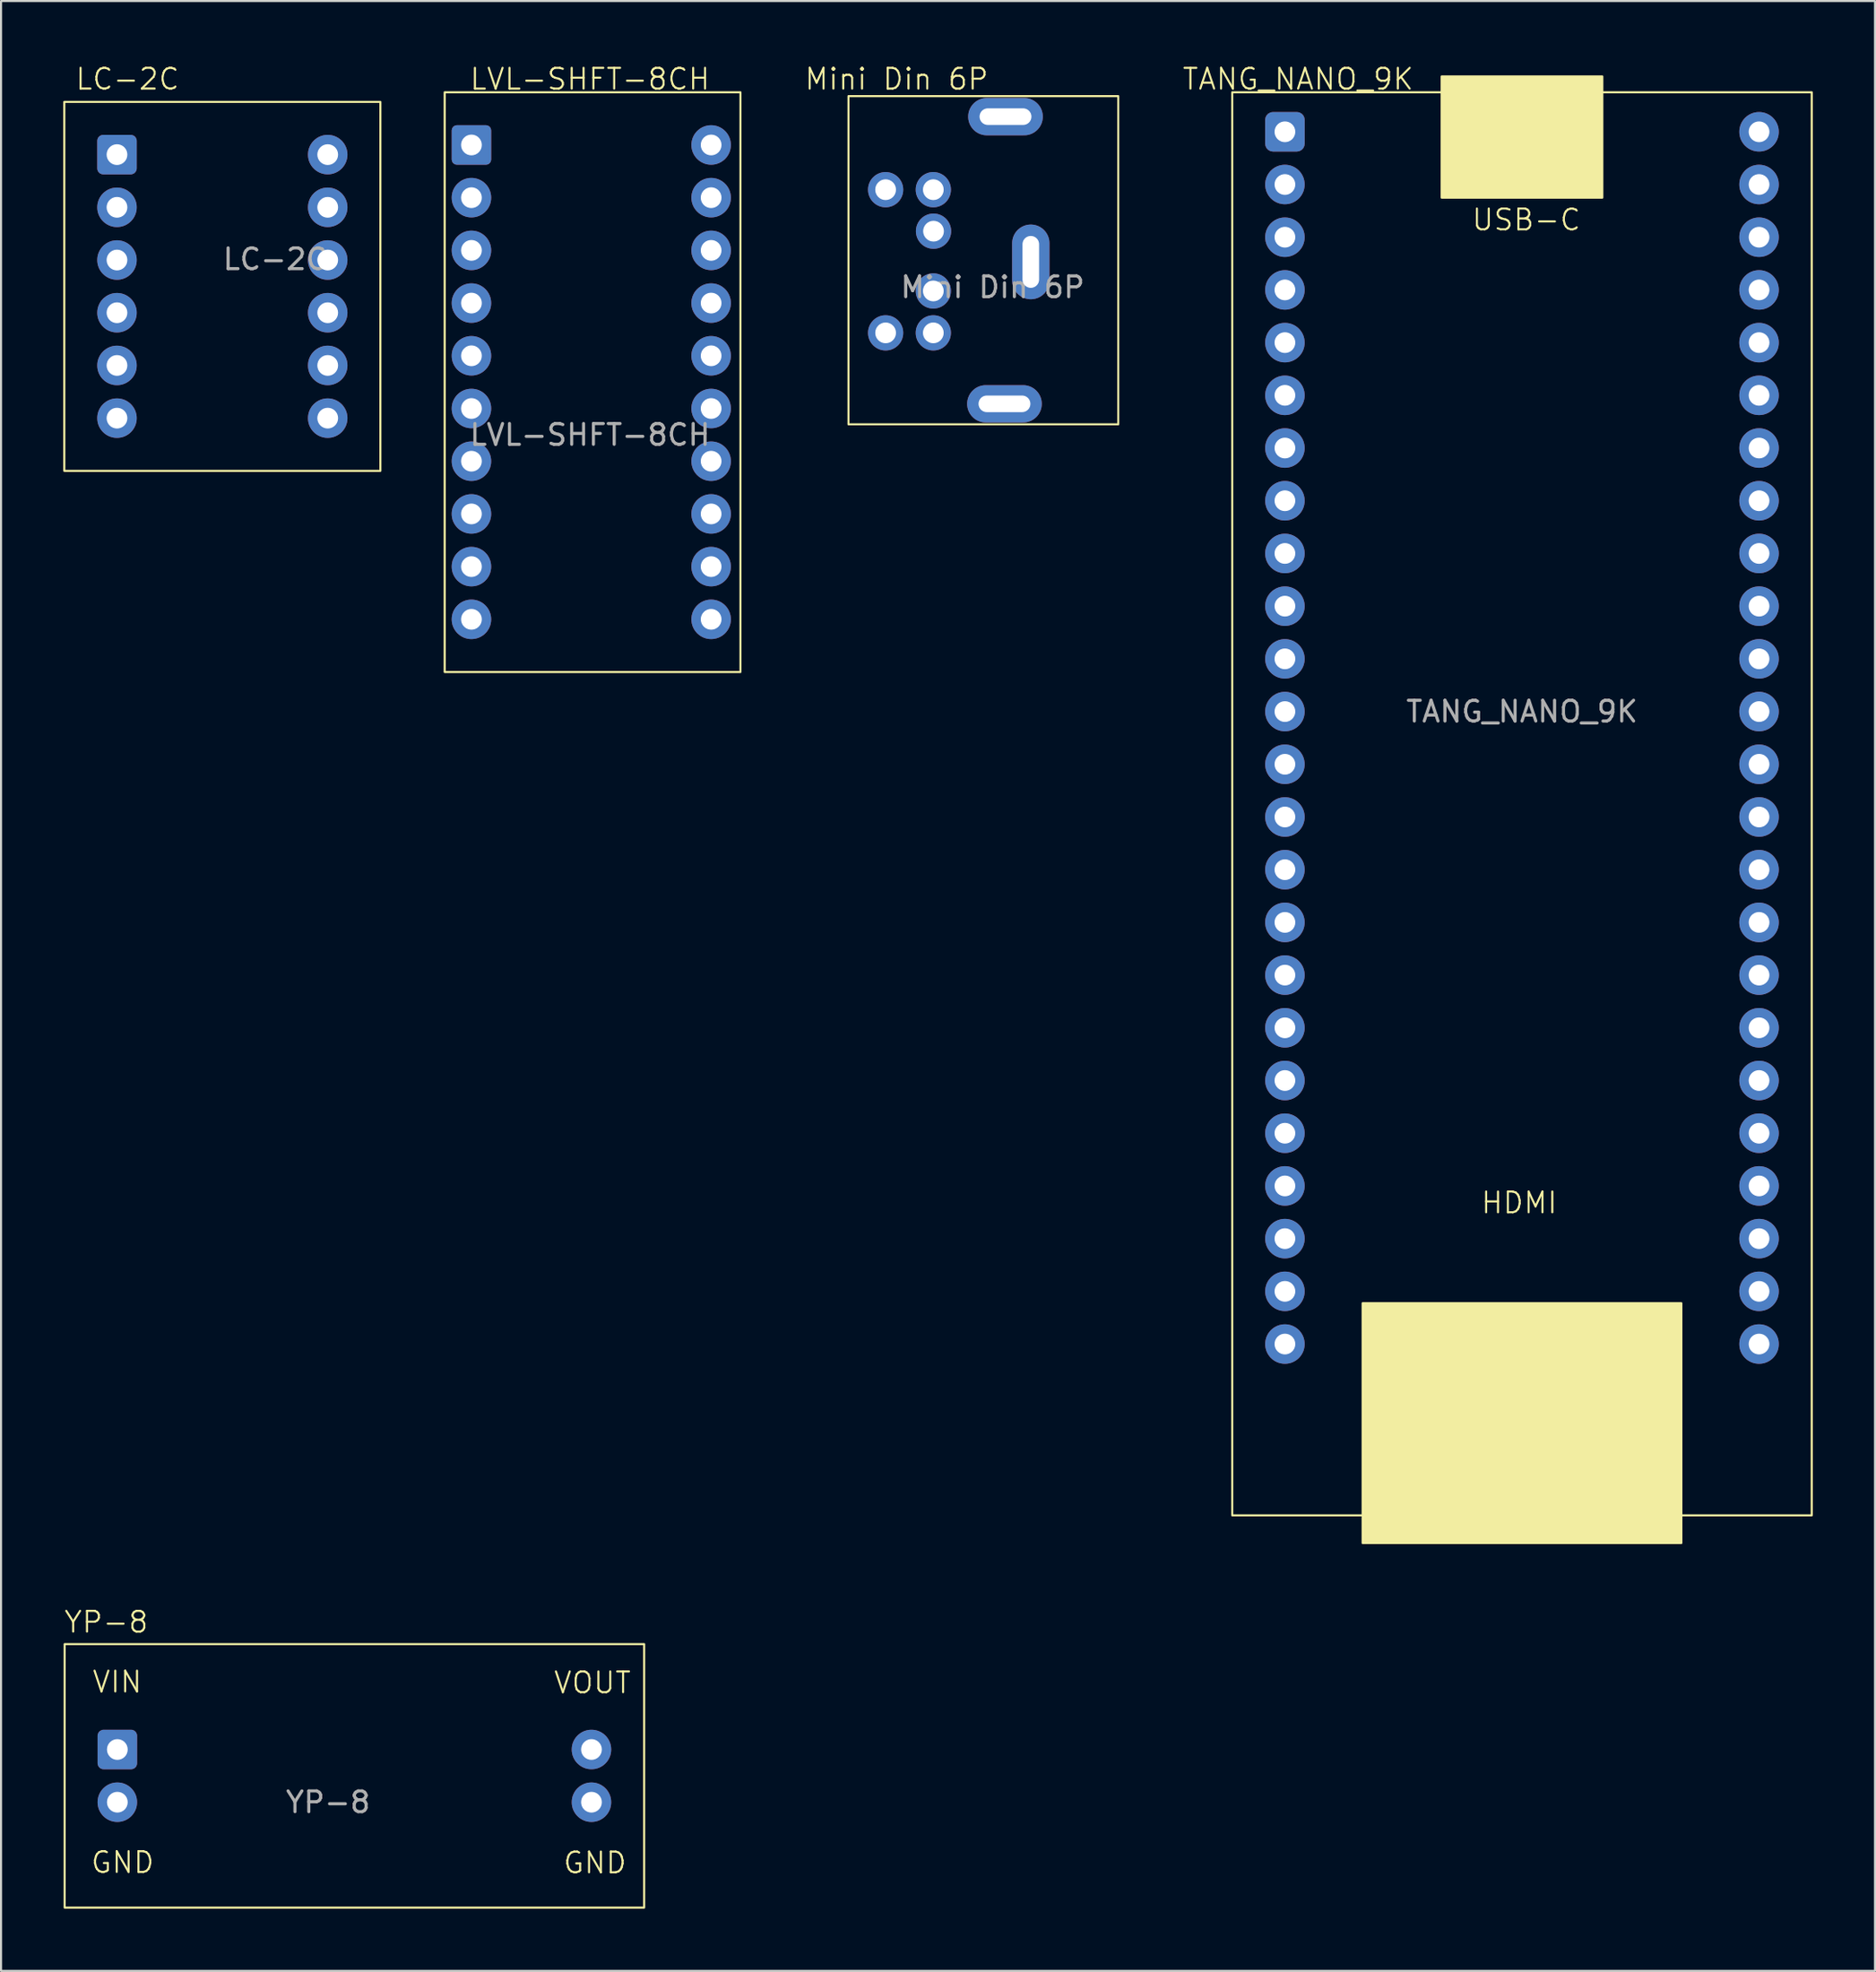
<source format=kicad_pcb>
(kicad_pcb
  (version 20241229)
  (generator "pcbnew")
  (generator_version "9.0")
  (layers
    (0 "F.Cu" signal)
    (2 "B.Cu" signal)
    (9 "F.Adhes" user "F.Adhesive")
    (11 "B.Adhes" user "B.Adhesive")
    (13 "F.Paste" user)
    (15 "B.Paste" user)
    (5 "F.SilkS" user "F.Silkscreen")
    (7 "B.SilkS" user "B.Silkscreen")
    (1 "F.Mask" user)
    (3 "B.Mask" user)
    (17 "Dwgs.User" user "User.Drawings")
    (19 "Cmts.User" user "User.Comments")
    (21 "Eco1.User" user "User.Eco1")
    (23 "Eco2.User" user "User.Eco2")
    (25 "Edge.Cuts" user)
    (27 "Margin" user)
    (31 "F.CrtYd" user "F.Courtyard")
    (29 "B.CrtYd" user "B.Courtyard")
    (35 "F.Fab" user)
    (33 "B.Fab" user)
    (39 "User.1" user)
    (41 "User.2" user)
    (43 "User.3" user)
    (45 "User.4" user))
  (footprint "TANG_NANO_9K"
    (layer "F.Cu")
    (at 70.331 31.241)
    (property "Reference" "TANG_NANO_9K" (at -10.795 -30.48 0) (unlocked yes) (layer "F.SilkS") (effects (font (size 1 1) (thickness 0.1))))
    (attr smd)
    (fp_rect (start -13.97 -29.845) (end 13.97 38.735) (stroke (width 0.1) (type default)) (fill no) (layer "F.SilkS"))
    (fp_rect (start -7.684 28.512) (end 7.684 40.069) (stroke (width 0.1) (type solid)) (fill yes) (layer "F.SilkS"))
    (fp_rect (start -3.873 -30.607) (end 3.873 -24.765) (stroke (width 0.1) (type solid)) (fill yes) (layer "F.SilkS"))
    (fp_text user "HDMI" (at -2.032 24.257 0) (unlocked yes) (layer "F.SilkS") (effects (font (size 1 1) (thickness 0.1)) (justify left bottom)))
    (fp_text user "USB-C" (at -2.477 -23.114 0) (unlocked yes) (layer "F.SilkS") (effects (font (size 1 1) (thickness 0.1)) (justify left bottom)))
    (fp_text user "${REFERENCE}" (at 0 0 0) (unlocked yes) (layer "F.Fab") (effects (font (size 1 1) (thickness 0.15))))
    (pad "1" thru_hole roundrect (at -11.43 -27.94) (size 1.905 1.905) (drill 1) (layers "*.Cu" "*.Mask") (roundrect_rratio 0.197))
    (pad "2" thru_hole circle (at -11.43 -25.4) (size 1.905 1.905) (drill 1) (layers "*.Cu" "*.Mask"))
    (pad "3" thru_hole circle (at -11.43 -22.86) (size 1.905 1.905) (drill 1) (layers "*.Cu" "*.Mask"))
    (pad "4" thru_hole circle (at -11.43 -20.32) (size 1.905 1.905) (drill 1) (layers "*.Cu" "*.Mask"))
    (pad "5" thru_hole circle (at -11.43 -17.78) (size 1.905 1.905) (drill 1) (layers "*.Cu" "*.Mask"))
    (pad "6" thru_hole circle (at -11.43 -15.24) (size 1.905 1.905) (drill 1) (layers "*.Cu" "*.Mask"))
    (pad "7" thru_hole circle (at -11.43 -12.7) (size 1.905 1.905) (drill 1) (layers "*.Cu" "*.Mask"))
    (pad "8" thru_hole circle (at -11.43 -10.16) (size 1.905 1.905) (drill 1) (layers "*.Cu" "*.Mask"))
    (pad "9" thru_hole circle (at -11.43 -7.62) (size 1.905 1.905) (drill 1) (layers "*.Cu" "*.Mask"))
    (pad "10" thru_hole circle (at -11.43 -5.08) (size 1.905 1.905) (drill 1) (layers "*.Cu" "*.Mask"))
    (pad "11" thru_hole circle (at -11.43 -2.54) (size 1.905 1.905) (drill 1) (layers "*.Cu" "*.Mask"))
    (pad "12" thru_hole circle (at -11.43 0) (size 1.905 1.905) (drill 1) (layers "*.Cu" "*.Mask"))
    (pad "13" thru_hole circle (at -11.43 2.54) (size 1.905 1.905) (drill 1) (layers "*.Cu" "*.Mask"))
    (pad "14" thru_hole circle (at -11.43 5.08) (size 1.905 1.905) (drill 1) (layers "*.Cu" "*.Mask"))
    (pad "15" thru_hole circle (at -11.43 7.62) (size 1.905 1.905) (drill 1) (layers "*.Cu" "*.Mask"))
    (pad "16" thru_hole circle (at -11.43 10.16) (size 1.905 1.905) (drill 1) (layers "*.Cu" "*.Mask"))
    (pad "17" thru_hole circle (at -11.43 12.7) (size 1.905 1.905) (drill 1) (layers "*.Cu" "*.Mask"))
    (pad "18" thru_hole circle (at -11.43 15.24) (size 1.905 1.905) (drill 1) (layers "*.Cu" "*.Mask"))
    (pad "19" thru_hole circle (at -11.43 17.78) (size 1.905 1.905) (drill 1) (layers "*.Cu" "*.Mask"))
    (pad "20" thru_hole circle (at -11.43 20.32) (size 1.905 1.905) (drill 1) (layers "*.Cu" "*.Mask"))
    (pad "21" thru_hole circle (at -11.43 22.86) (size 1.905 1.905) (drill 1) (layers "*.Cu" "*.Mask"))
    (pad "22" thru_hole circle (at -11.43 25.4) (size 1.905 1.905) (drill 1) (layers "*.Cu" "*.Mask"))
    (pad "23" thru_hole circle (at -11.43 27.94) (size 1.905 1.905) (drill 1) (layers "*.Cu" "*.Mask"))
    (pad "24" thru_hole circle (at -11.43 30.48) (size 1.905 1.905) (drill 1) (layers "*.Cu" "*.Mask"))
    (pad "25" thru_hole circle (at 11.43 30.48) (size 1.905 1.905) (drill 1) (layers "*.Cu" "*.Mask"))
    (pad "26" thru_hole circle (at 11.43 27.94) (size 1.905 1.905) (drill 1) (layers "*.Cu" "*.Mask"))
    (pad "27" thru_hole circle (at 11.43 25.4) (size 1.905 1.905) (drill 1) (layers "*.Cu" "*.Mask"))
    (pad "28" thru_hole circle (at 11.43 22.86) (size 1.905 1.905) (drill 1) (layers "*.Cu" "*.Mask"))
    (pad "29" thru_hole circle (at 11.43 20.32) (size 1.905 1.905) (drill 1) (layers "*.Cu" "*.Mask"))
    (pad "30" thru_hole circle (at 11.43 17.78) (size 1.905 1.905) (drill 1) (layers "*.Cu" "*.Mask"))
    (pad "31" thru_hole circle (at 11.43 15.24) (size 1.905 1.905) (drill 1) (layers "*.Cu" "*.Mask"))
    (pad "32" thru_hole circle (at 11.43 12.7) (size 1.905 1.905) (drill 1) (layers "*.Cu" "*.Mask"))
    (pad "33" thru_hole circle (at 11.43 10.16) (size 1.905 1.905) (drill 1) (layers "*.Cu" "*.Mask"))
    (pad "34" thru_hole circle (at 11.43 7.62) (size 1.905 1.905) (drill 1) (layers "*.Cu" "*.Mask"))
    (pad "35" thru_hole circle (at 11.43 5.08) (size 1.905 1.905) (drill 1) (layers "*.Cu" "*.Mask"))
    (pad "36" thru_hole circle (at 11.43 2.54) (size 1.905 1.905) (drill 1) (layers "*.Cu" "*.Mask"))
    (pad "37" thru_hole circle (at 11.43 0) (size 1.905 1.905) (drill 1) (layers "*.Cu" "*.Mask"))
    (pad "38" thru_hole circle (at 11.43 -2.54) (size 1.905 1.905) (drill 1) (layers "*.Cu" "*.Mask"))
    (pad "39" thru_hole circle (at 11.43 -5.08) (size 1.905 1.905) (drill 1) (layers "*.Cu" "*.Mask"))
    (pad "40" thru_hole circle (at 11.43 -7.62) (size 1.905 1.905) (drill 1) (layers "*.Cu" "*.Mask"))
    (pad "41" thru_hole circle (at 11.43 -10.16) (size 1.905 1.905) (drill 1) (layers "*.Cu" "*.Mask"))
    (pad "42" thru_hole circle (at 11.43 -12.7) (size 1.905 1.905) (drill 1) (layers "*.Cu" "*.Mask"))
    (pad "43" thru_hole circle (at 11.43 -15.24) (size 1.905 1.905) (drill 1) (layers "*.Cu" "*.Mask"))
    (pad "44" thru_hole circle (at 11.43 -17.78) (size 1.905 1.905) (drill 1) (layers "*.Cu" "*.Mask"))
    (pad "45" thru_hole circle (at 11.43 -20.32) (size 1.905 1.905) (drill 1) (layers "*.Cu" "*.Mask"))
    (pad "46" thru_hole circle (at 11.43 -22.86) (size 1.905 1.905) (drill 1) (layers "*.Cu" "*.Mask"))
    (pad "47" thru_hole circle (at 11.43 -25.4) (size 1.905 1.905) (drill 1) (layers "*.Cu" "*.Mask"))
    (pad "48" thru_hole circle (at 11.43 -27.94) (size 1.905 1.905) (drill 1) (layers "*.Cu" "*.Mask")))
  (footprint "YP-8"
    (layer "F.Cu")
    (at 10.227 83.8)
    (property "Reference" "YP-8" (at -8.154 -8.68 0) (unlocked yes) (layer "F.SilkS") (effects (font (size 1 1) (thickness 0.1))))
    (attr smd)
    (fp_rect (start -10.16 -7.62) (end 17.78 5.08) (stroke (width 0.1) (type default)) (fill no) (layer "F.SilkS"))
    (fp_text user "GND" (at 13.819 3.505 0) (unlocked yes) (layer "F.SilkS") (effects (font (size 1 1) (thickness 0.1)) (justify left bottom)))
    (fp_text user "VIN" (at -8.88 -5.212 0) (unlocked yes) (layer "F.SilkS") (effects (font (size 1 1) (thickness 0.1)) (justify left bottom)))
    (fp_text user "GND" (at -8.953 3.487 0) (unlocked yes) (layer "F.SilkS") (effects (font (size 1 1) (thickness 0.1)) (justify left bottom)))
    (fp_text user "VOUT" (at 13.365 -5.175 0) (unlocked yes) (layer "F.SilkS") (effects (font (size 1 1) (thickness 0.1)) (justify left bottom)))
    (fp_text user "${REFERENCE}" (at 2.54 0 0) (unlocked yes) (layer "F.Fab") (effects (font (size 1 1) (thickness 0.15))))
    (pad "1" thru_hole roundrect (at -7.62 -2.54) (size 1.905 1.905) (drill 1) (layers "*.Cu" "*.Mask") (roundrect_rratio 0.15))
    (pad "2" thru_hole circle (at -7.62 0) (size 1.905 1.905) (drill 1) (layers "*.Cu" "*.Mask"))
    (pad "3" thru_hole circle (at 15.24 0) (size 1.905 1.905) (drill 1) (layers "*.Cu" "*.Mask"))
    (pad "4" thru_hole circle (at 15.24 -2.54) (size 1.905 1.905) (drill 1) (layers "*.Cu" "*.Mask")))
  (footprint "LVL-SHFT-8CH"
    (layer "F.Cu")
    (at 25.395 15.366)
    (property "Reference" "LVL-SHFT-8CH" (at 0 -14.605 0) (unlocked yes) (layer "F.SilkS") (effects (font (size 1 1) (thickness 0.1))))
    (attr board_only exclude_from_pos_files exclude_from_bom)
    (fp_rect (start -7.005 -13.97) (end 7.255 13.97) (stroke (width 0.1) (type default)) (fill no) (layer "F.SilkS"))
    (fp_text user "${REFERENCE}" (at 0 2.54 0) (unlocked yes) (layer "F.Fab") (effects (font (size 1 1) (thickness 0.15))))
    (pad "1" thru_hole roundrect (at -5.715 -11.43) (size 1.905 1.905) (drill 1) (layers "*.Cu" "*.Mask") (roundrect_rratio 0.131))
    (pad "2" thru_hole circle (at -5.715 -8.89) (size 1.905 1.905) (drill 1) (layers "*.Cu" "*.Mask"))
    (pad "3" thru_hole circle (at -5.715 -6.35) (size 1.905 1.905) (drill 1) (layers "*.Cu" "*.Mask"))
    (pad "4" thru_hole circle (at -5.715 -3.81) (size 1.905 1.905) (drill 1) (layers "*.Cu" "*.Mask"))
    (pad "5" thru_hole circle (at -5.715 -1.27) (size 1.905 1.905) (drill 1) (layers "*.Cu" "*.Mask"))
    (pad "6" thru_hole circle (at -5.715 1.27) (size 1.905 1.905) (drill 1) (layers "*.Cu" "*.Mask"))
    (pad "7" thru_hole circle (at -5.715 3.81) (size 1.905 1.905) (drill 1) (layers "*.Cu" "*.Mask"))
    (pad "8" thru_hole circle (at -5.715 6.35) (size 1.905 1.905) (drill 1) (layers "*.Cu" "*.Mask"))
    (pad "9" thru_hole circle (at -5.715 8.89) (size 1.905 1.905) (drill 1) (layers "*.Cu" "*.Mask"))
    (pad "10" thru_hole circle (at -5.715 11.43) (size 1.905 1.905) (drill 1) (layers "*.Cu" "*.Mask"))
    (pad "11" thru_hole circle (at 5.842 11.43) (size 1.905 1.905) (drill 1) (layers "*.Cu" "*.Mask"))
    (pad "12" thru_hole circle (at 5.842 8.89) (size 1.905 1.905) (drill 1) (layers "*.Cu" "*.Mask"))
    (pad "13" thru_hole circle (at 5.842 6.35) (size 1.905 1.905) (drill 1) (layers "*.Cu" "*.Mask"))
    (pad "14" thru_hole circle (at 5.842 3.81) (size 1.905 1.905) (drill 1) (layers "*.Cu" "*.Mask"))
    (pad "15" thru_hole circle (at 5.842 1.27) (size 1.905 1.905) (drill 1) (layers "*.Cu" "*.Mask"))
    (pad "16" thru_hole circle (at 5.842 -1.27) (size 1.905 1.905) (drill 1) (layers "*.Cu" "*.Mask"))
    (pad "17" thru_hole circle (at 5.842 -3.81) (size 1.905 1.905) (drill 1) (layers "*.Cu" "*.Mask"))
    (pad "18" thru_hole circle (at 5.842 -6.35) (size 1.905 1.905) (drill 1) (layers "*.Cu" "*.Mask"))
    (pad "19" thru_hole circle (at 5.842 -8.89) (size 1.905 1.905) (drill 1) (layers "*.Cu" "*.Mask"))
    (pad "20" thru_hole circle (at 5.842 -11.43) (size 1.905 1.905) (drill 1) (layers "*.Cu" "*.Mask")))
  (footprint "LC-2C"
    (layer "F.Cu")
    (at 10.21 6.941)
    (property "Reference" "LC-2C" (at -7.113 -6.181 0) (unlocked yes) (layer "F.SilkS") (effects (font (size 1 1) (thickness 0.1))))
    (attr through_hole)
    (fp_rect (start -10.16 -5.08) (end 5.08 12.7) (stroke (width 0.1) (type default)) (fill no) (layer "F.SilkS"))
    (fp_text user "${REFERENCE}" (at 0 2.5 0) (unlocked yes) (layer "F.Fab") (effects (font (size 1 1) (thickness 0.15))))
    (pad "1" thru_hole roundrect (at -7.62 -2.54) (size 1.905 1.905) (drill 1) (layers "*.Cu" "*.Mask") (roundrect_rratio 0.15))
    (pad "2" thru_hole circle (at -7.62 0) (size 1.905 1.905) (drill 1) (layers "*.Cu" "*.Mask"))
    (pad "3" thru_hole circle (at -7.62 2.54) (size 1.905 1.905) (drill 1) (layers "*.Cu" "*.Mask"))
    (pad "4" thru_hole circle (at -7.62 5.08) (size 1.905 1.905) (drill 1) (layers "*.Cu" "*.Mask"))
    (pad "5" thru_hole circle (at -7.62 7.62) (size 1.905 1.905) (drill 1) (layers "*.Cu" "*.Mask"))
    (pad "6" thru_hole circle (at -7.62 10.16) (size 1.905 1.905) (drill 1) (layers "*.Cu" "*.Mask"))
    (pad "7" thru_hole circle (at 2.54 10.16) (size 1.905 1.905) (drill 1) (layers "*.Cu" "*.Mask"))
    (pad "8" thru_hole circle (at 2.54 7.62) (size 1.905 1.905) (drill 1) (layers "*.Cu" "*.Mask"))
    (pad "9" thru_hole circle (at 2.54 5.08) (size 1.905 1.905) (drill 1) (layers "*.Cu" "*.Mask"))
    (pad "10" thru_hole circle (at 2.54 2.54) (size 1.905 1.905) (drill 1) (layers "*.Cu" "*.Mask"))
    (pad "11" thru_hole circle (at 2.54 0) (size 1.905 1.905) (drill 1) (layers "*.Cu" "*.Mask"))
    (pad "12" thru_hole circle (at 2.54 -2.54) (size 1.905 1.905) (drill 1) (layers "*.Cu" "*.Mask")))
  (footprint "Mini Din 6P"
    (layer "F.Cu")
    (at 44.209 9.591)
    (property "Reference" "Mini Din 6P" (at -4.03 -8.83 0) (unlocked yes) (layer "F.SilkS") (effects (font (size 1 1) (thickness 0.1))))
    (attr smd)
    (fp_rect (start -6.35 -8.008) (end 6.656 7.808) (stroke (width 0.1) (type default)) (fill no) (layer "F.SilkS"))
    (fp_text user "${REFERENCE}" (at 0.6 1.2 0) (unlocked yes) (layer "F.Fab") (effects (font (size 1 1) (thickness 0.15))))
    (pad "1" thru_hole circle (at -2.25 -1.5) (size 1.7 1.7) (drill 1) (layers "*.Cu" "*.Mask"))
    (pad "2" thru_hole circle (at -2.26 1.38) (size 1.7 1.7) (drill 1) (layers "*.Cu" "*.Mask"))
    (pad "3" thru_hole circle (at -2.26 -3.5) (size 1.7 1.7) (drill 1) (layers "*.Cu" "*.Mask"))
    (pad "4" thru_hole circle (at -2.26 3.4) (size 1.7 1.7) (drill 1) (layers "*.Cu" "*.Mask"))
    (pad "5" thru_hole circle (at -4.56 -3.5) (size 1.7 1.7) (drill 1) (layers "*.Cu" "*.Mask"))
    (pad "6" thru_hole circle (at -4.56 3.4) (size 1.7 1.7) (drill 1) (layers "*.Cu" "*.Mask"))
    (pad "7" thru_hole oval (at 1.17 6.82) (size 3.6 1.8) (drill oval 2.5 0.8) (layers "*.Cu" "*.Mask"))
    (pad "7" thru_hole oval (at 1.22 -7.02) (size 3.6 1.8) (drill oval 2.5 0.8) (layers "*.Cu" "*.Mask"))
    (pad "7" thru_hole oval (at 2.44 -0.02 90) (size 3.6 1.8) (drill oval 2.5 0.8) (layers "*.Cu" "*.Mask")))
  (gr_rect
    (start -3 -3)
    (end 87.351 91.93)
    (stroke (width 0.1) (type default))
    (fill no)
    (layer "Edge.Cuts")))
</source>
